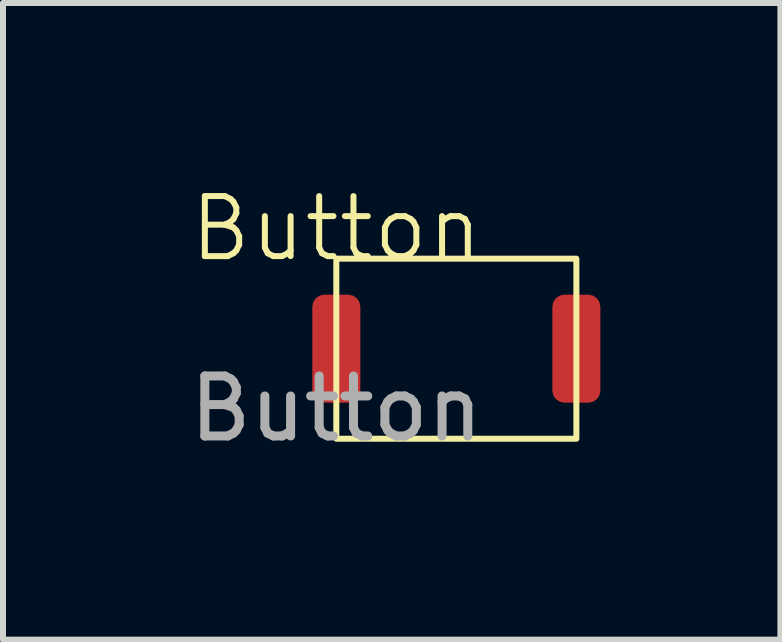
<source format=kicad_pcb>
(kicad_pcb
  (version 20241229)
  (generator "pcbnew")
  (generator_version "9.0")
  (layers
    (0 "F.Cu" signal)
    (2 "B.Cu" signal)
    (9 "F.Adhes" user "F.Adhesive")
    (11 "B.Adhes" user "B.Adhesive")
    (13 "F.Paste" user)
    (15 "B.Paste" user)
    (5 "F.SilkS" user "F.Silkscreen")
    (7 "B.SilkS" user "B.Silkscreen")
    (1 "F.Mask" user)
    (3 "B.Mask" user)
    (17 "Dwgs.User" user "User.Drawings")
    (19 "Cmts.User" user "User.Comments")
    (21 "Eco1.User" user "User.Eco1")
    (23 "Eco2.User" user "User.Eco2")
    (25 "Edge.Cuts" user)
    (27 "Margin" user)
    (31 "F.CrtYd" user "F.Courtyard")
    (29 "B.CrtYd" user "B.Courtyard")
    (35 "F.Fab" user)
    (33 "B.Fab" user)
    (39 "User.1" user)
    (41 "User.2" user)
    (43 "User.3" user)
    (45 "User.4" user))
  (footprint "Button"
    (layer "F.Cu")
    (at 2.554 1.26)
    (property "Reference" "Button" (at 0 -0.5 0) (unlocked yes) (layer "F.SilkS") (effects (font (size 1 1) (thickness 0.1))))
    (attr smd)
    (fp_rect (start 0 0) (end 4 3) (stroke (width 0.1) (type default)) (fill no) (layer "F.SilkS"))
    (fp_text user "${REFERENCE}" (at 0 2.5 0) (unlocked yes) (layer "F.Fab") (effects (font (size 1 1) (thickness 0.15))))
    (pad "1" smd roundrect (at 4 1.5) (size 0.8 1.8) (layers "F.Cu" "F.Mask" "F.Paste") (roundrect_rratio 0.25))
    (pad "2" smd roundrect (at 0 1.5) (size 0.8 1.8) (layers "F.Cu" "F.Mask" "F.Paste") (roundrect_rratio 0.25)))
  (gr_rect
    (start -3 -3)
    (end 9.954 7.609)
    (stroke (width 0.1) (type default))
    (fill no)
    (layer "Edge.Cuts")))
</source>
